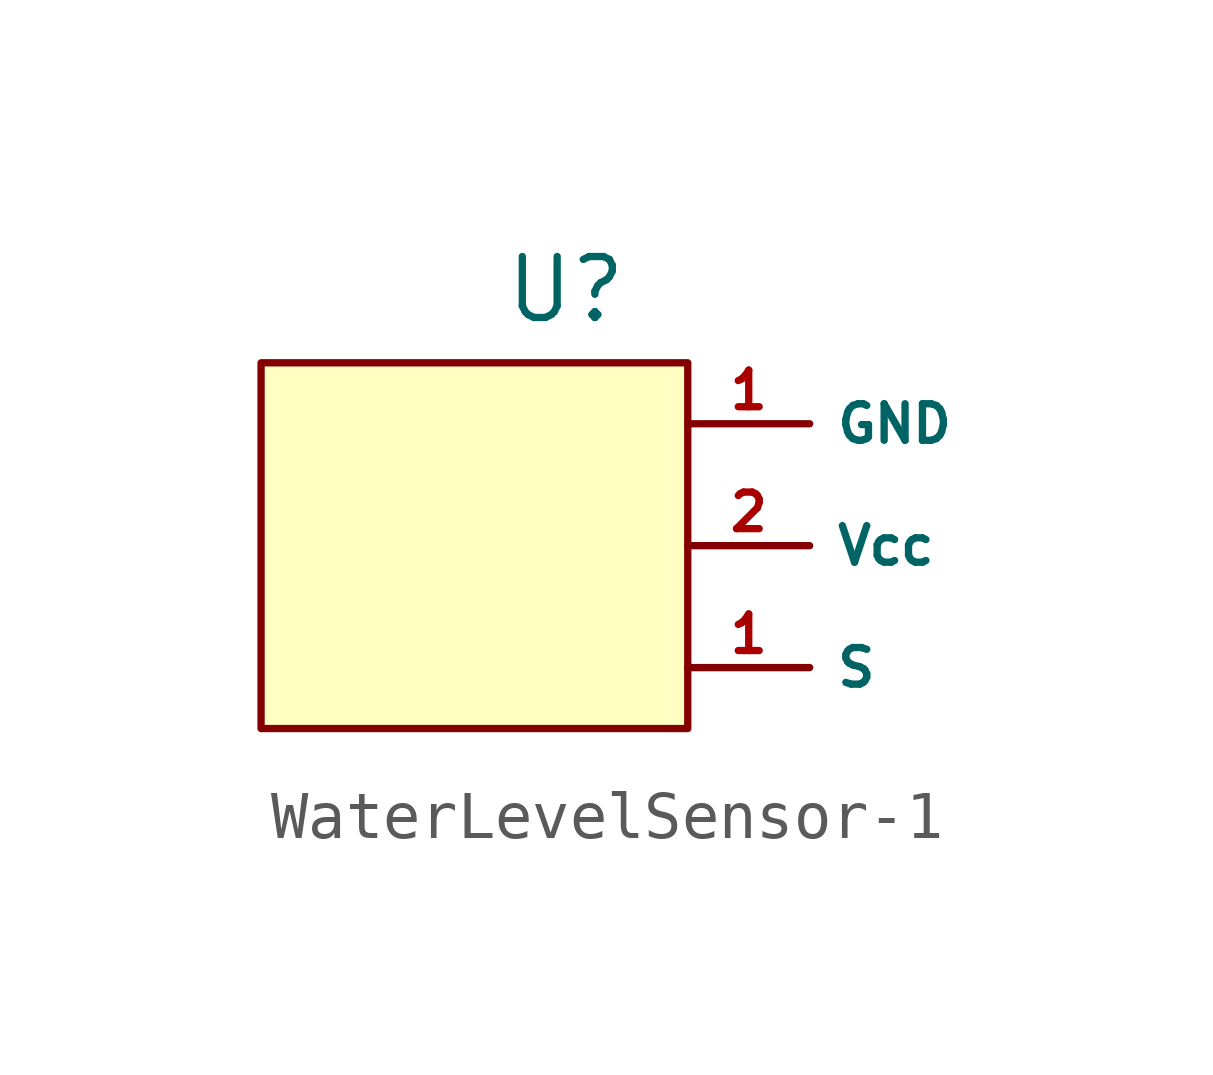
<source format=kicad_sym>
(kicad_symbol_lib
  (version 20241209)
  (generator "kicad_symbol_editor")
  (generator_version "9.0")
  (symbol "WaterLevelSensor-1"
    (property "Reference" "U"
      (at 0 2.794 0)
      (effects (font (size 1.27 1.27))))
    (property "Value" ""
      (at 0 0 0)
      (effects (font (size 1.27 1.27))))
    (symbol "WaterLevelSensor-1_1_1"
      (rectangle (start -6.35 1.27) (end 2.54 -6.35) (stroke (width 0) (type solid)) (fill (type background)))
      (pin input line (at 2.54 0 0) (length 2.54) (name "GND" (effects (font (size 0.762 0.762)))) (number "1" (effects (font (size 0.762 0.762)))))
      (pin input line (at 2.54 -2.54 0) (length 2.54) (name "Vcc" (effects (font (size 0.762 0.762)))) (number "2" (effects (font (size 0.762 0.762)))))
      (pin output line (at 2.54 -5.08 0) (length 2.54) (name "S" (effects (font (size 0.762 0.762)))) (number "1" (effects (font (size 0.762 0.762))))))))
</source>
